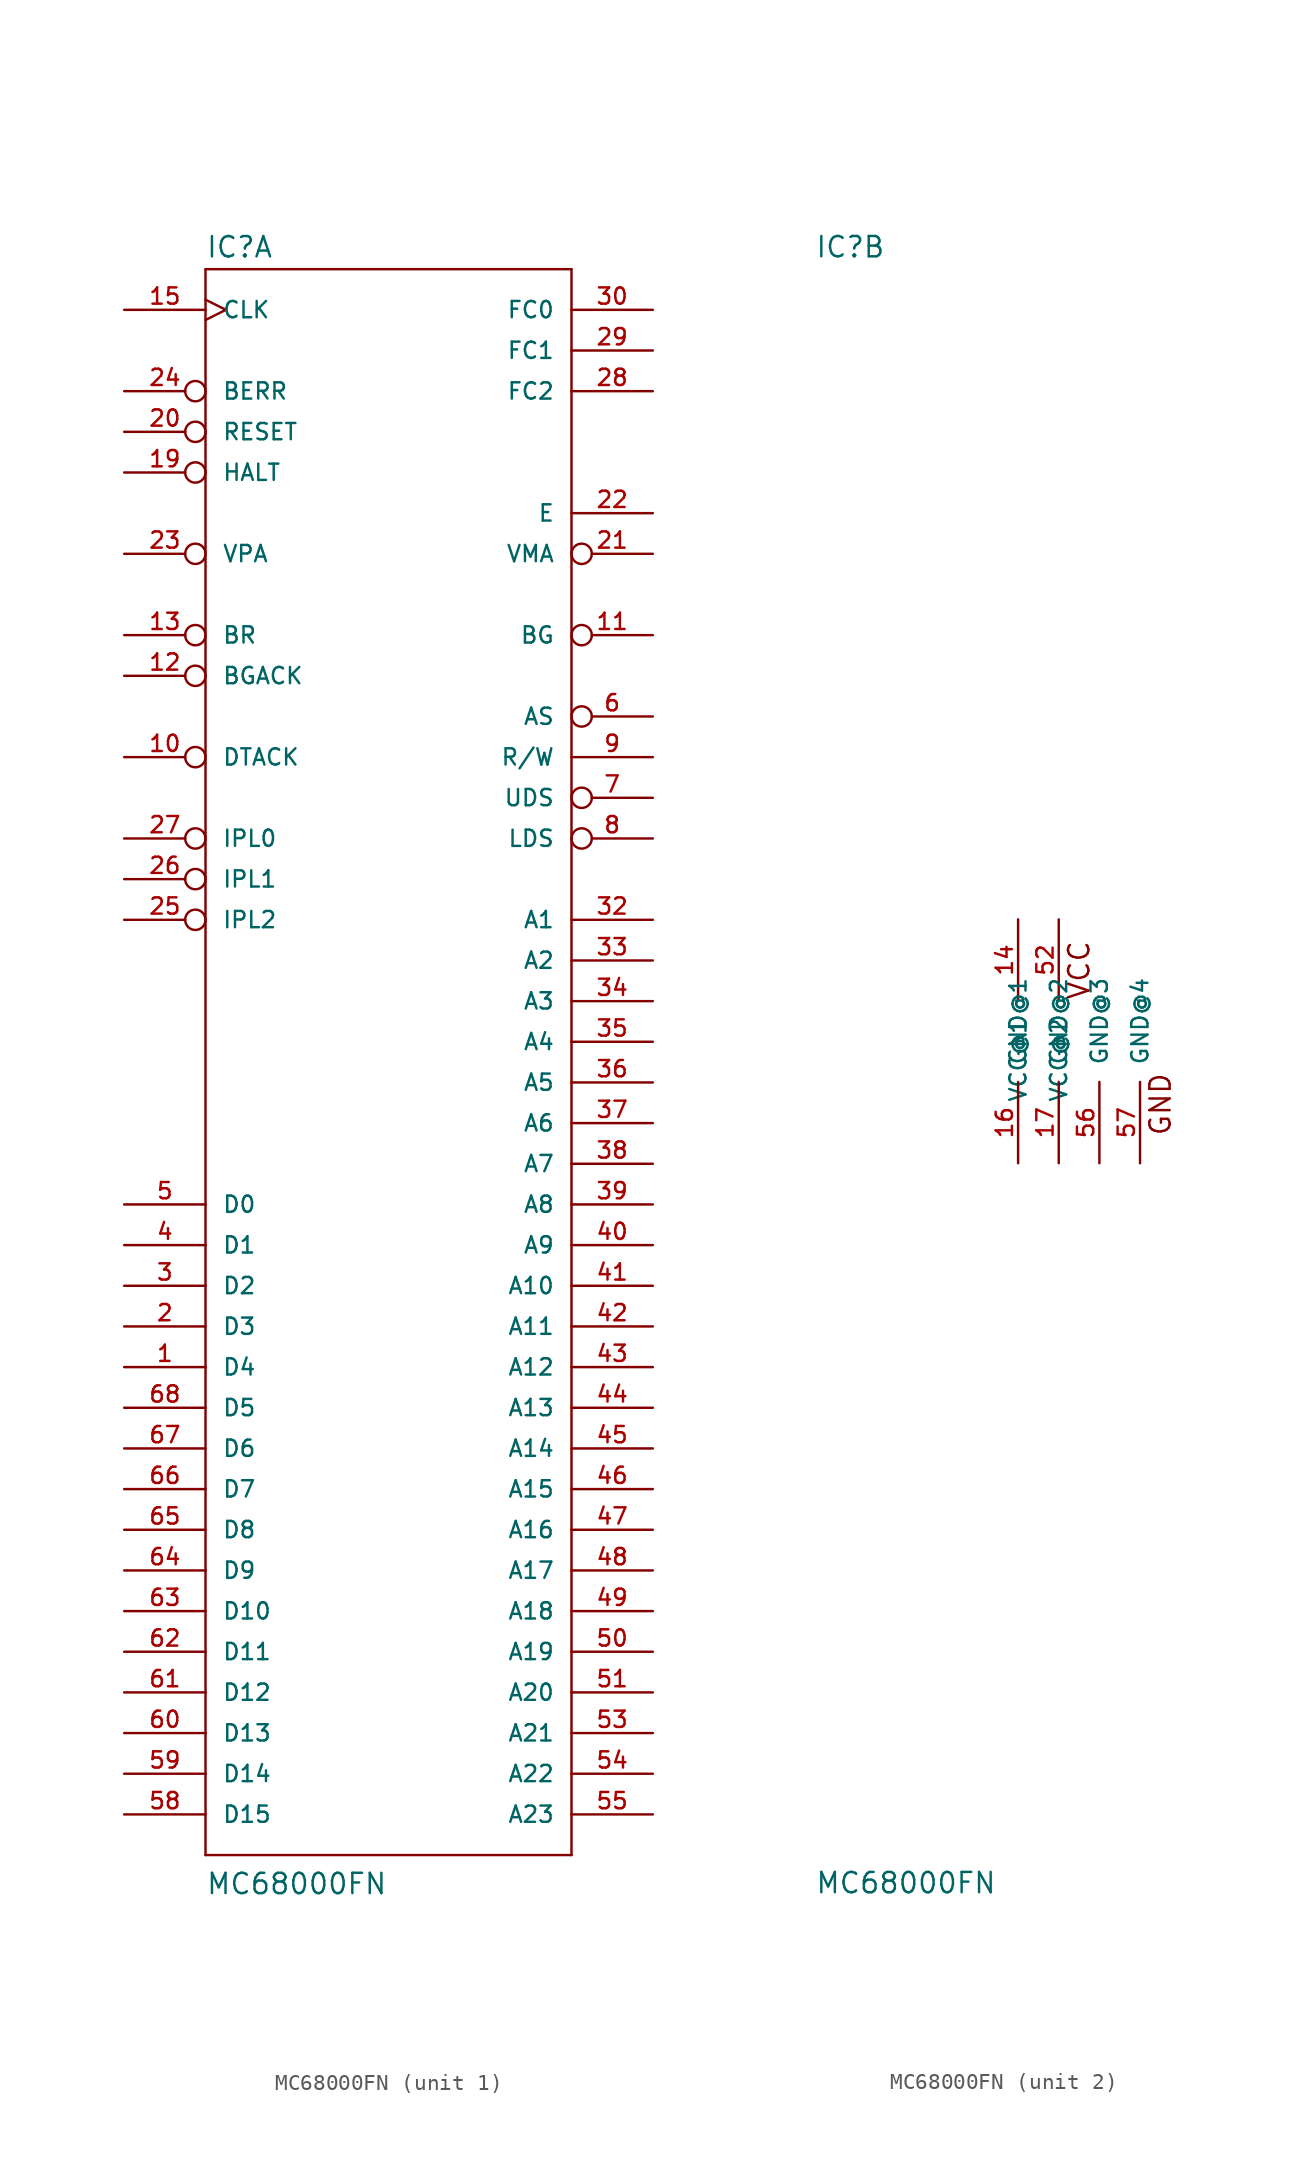
<source format=kicad_sym>
(kicad_symbol_lib
  (version 20220914)
  (generator kicad_symbol_editor)
  (symbol "MC68000FN"
    (pin_names
      (offset 1.016))
    (property "Reference" "IC"
      (at -12.7 48.895 0)
      (effects (font (size 1.27 1.27)) (justify left bottom)))
    (property "Value" "MC68000FN"
      (at -12.7 -53.34 0)
      (effects (font (size 1.27 1.27)) (justify left bottom)))
    (property "Footprint" ""
      (at 0 0 0)
      (effects (font (size 1.524 1.524))))
    (property "Datasheet" ""
      (at 0 0 0)
      (effects (font (size 1.524 1.524))))
    (property "ki_locked" ""
      (at 0 0 0)
      (effects (font (size 1.27 1.27))))
    (symbol "MC68000FN_1_0"
      (polyline (pts (xy -12.7 -50.8) (xy -12.7 48.26)) (stroke (width 0) (type solid)) (fill (type none)))
      (polyline (pts (xy -12.7 -50.8) (xy 10.16 -50.8)) (stroke (width 0) (type solid)) (fill (type none)))
      (polyline (pts (xy 10.16 48.26) (xy -12.7 48.26)) (stroke (width 0) (type solid)) (fill (type none)))
      (polyline (pts (xy 10.16 48.26) (xy 10.16 -50.8)) (stroke (width 0) (type solid)) (fill (type none))))
    (symbol "MC68000FN_1_1"
      (pin bidirectional line (at -17.78 -20.32 0) (length 5.08) (name "D4" (effects (font (size 1.016 1.016)))) (number "1" (effects (font (size 1.016 1.016)))))
      (pin input inverted (at -17.78 17.78 0) (length 5.08) (name "DTACK" (effects (font (size 1.016 1.016)))) (number "10" (effects (font (size 1.016 1.016)))))
      (pin output inverted (at 15.24 25.4 180) (length 5.08) (name "BG" (effects (font (size 1.016 1.016)))) (number "11" (effects (font (size 1.016 1.016)))))
      (pin input inverted (at -17.78 22.86 0) (length 5.08) (name "BGACK" (effects (font (size 1.016 1.016)))) (number "12" (effects (font (size 1.016 1.016)))))
      (pin input inverted (at -17.78 25.4 0) (length 5.08) (name "BR" (effects (font (size 1.016 1.016)))) (number "13" (effects (font (size 1.016 1.016)))))
      (pin input clock (at -17.78 45.72 0) (length 5.08) (name "CLK" (effects (font (size 1.016 1.016)))) (number "15" (effects (font (size 1.016 1.016)))))
      (pin bidirectional inverted (at -17.78 35.56 0) (length 5.08) (name "HALT" (effects (font (size 1.016 1.016)))) (number "19" (effects (font (size 1.016 1.016)))))
      (pin bidirectional line (at -17.78 -17.78 0) (length 5.08) (name "D3" (effects (font (size 1.016 1.016)))) (number "2" (effects (font (size 1.016 1.016)))))
      (pin bidirectional inverted (at -17.78 38.1 0) (length 5.08) (name "RESET" (effects (font (size 1.016 1.016)))) (number "20" (effects (font (size 1.016 1.016)))))
      (pin output inverted (at 15.24 30.48 180) (length 5.08) (name "VMA" (effects (font (size 1.016 1.016)))) (number "21" (effects (font (size 1.016 1.016)))))
      (pin output line (at 15.24 33.02 180) (length 5.08) (name "E" (effects (font (size 1.016 1.016)))) (number "22" (effects (font (size 1.016 1.016)))))
      (pin input inverted (at -17.78 30.48 0) (length 5.08) (name "VPA" (effects (font (size 1.016 1.016)))) (number "23" (effects (font (size 1.016 1.016)))))
      (pin input inverted (at -17.78 40.64 0) (length 5.08) (name "BERR" (effects (font (size 1.016 1.016)))) (number "24" (effects (font (size 1.016 1.016)))))
      (pin input inverted (at -17.78 7.62 0) (length 5.08) (name "IPL2" (effects (font (size 1.016 1.016)))) (number "25" (effects (font (size 1.016 1.016)))))
      (pin input inverted (at -17.78 10.16 0) (length 5.08) (name "IPL1" (effects (font (size 1.016 1.016)))) (number "26" (effects (font (size 1.016 1.016)))))
      (pin input inverted (at -17.78 12.7 0) (length 5.08) (name "IPL0" (effects (font (size 1.016 1.016)))) (number "27" (effects (font (size 1.016 1.016)))))
      (pin output line (at 15.24 40.64 180) (length 5.08) (name "FC2" (effects (font (size 1.016 1.016)))) (number "28" (effects (font (size 1.016 1.016)))))
      (pin output line (at 15.24 43.18 180) (length 5.08) (name "FC1" (effects (font (size 1.016 1.016)))) (number "29" (effects (font (size 1.016 1.016)))))
      (pin bidirectional line (at -17.78 -15.24 0) (length 5.08) (name "D2" (effects (font (size 1.016 1.016)))) (number "3" (effects (font (size 1.016 1.016)))))
      (pin output line (at 15.24 45.72 180) (length 5.08) (name "FC0" (effects (font (size 1.016 1.016)))) (number "30" (effects (font (size 1.016 1.016)))))
      (pin output line (at 15.24 7.62 180) (length 5.08) (name "A1" (effects (font (size 1.016 1.016)))) (number "32" (effects (font (size 1.016 1.016)))))
      (pin output line (at 15.24 5.08 180) (length 5.08) (name "A2" (effects (font (size 1.016 1.016)))) (number "33" (effects (font (size 1.016 1.016)))))
      (pin output line (at 15.24 2.54 180) (length 5.08) (name "A3" (effects (font (size 1.016 1.016)))) (number "34" (effects (font (size 1.016 1.016)))))
      (pin output line (at 15.24 0 180) (length 5.08) (name "A4" (effects (font (size 1.016 1.016)))) (number "35" (effects (font (size 1.016 1.016)))))
      (pin output line (at 15.24 -2.54 180) (length 5.08) (name "A5" (effects (font (size 1.016 1.016)))) (number "36" (effects (font (size 1.016 1.016)))))
      (pin output line (at 15.24 -5.08 180) (length 5.08) (name "A6" (effects (font (size 1.016 1.016)))) (number "37" (effects (font (size 1.016 1.016)))))
      (pin output line (at 15.24 -7.62 180) (length 5.08) (name "A7" (effects (font (size 1.016 1.016)))) (number "38" (effects (font (size 1.016 1.016)))))
      (pin output line (at 15.24 -10.16 180) (length 5.08) (name "A8" (effects (font (size 1.016 1.016)))) (number "39" (effects (font (size 1.016 1.016)))))
      (pin bidirectional line (at -17.78 -12.7 0) (length 5.08) (name "D1" (effects (font (size 1.016 1.016)))) (number "4" (effects (font (size 1.016 1.016)))))
      (pin output line (at 15.24 -12.7 180) (length 5.08) (name "A9" (effects (font (size 1.016 1.016)))) (number "40" (effects (font (size 1.016 1.016)))))
      (pin output line (at 15.24 -15.24 180) (length 5.08) (name "A10" (effects (font (size 1.016 1.016)))) (number "41" (effects (font (size 1.016 1.016)))))
      (pin output line (at 15.24 -17.78 180) (length 5.08) (name "A11" (effects (font (size 1.016 1.016)))) (number "42" (effects (font (size 1.016 1.016)))))
      (pin output line (at 15.24 -20.32 180) (length 5.08) (name "A12" (effects (font (size 1.016 1.016)))) (number "43" (effects (font (size 1.016 1.016)))))
      (pin output line (at 15.24 -22.86 180) (length 5.08) (name "A13" (effects (font (size 1.016 1.016)))) (number "44" (effects (font (size 1.016 1.016)))))
      (pin output line (at 15.24 -25.4 180) (length 5.08) (name "A14" (effects (font (size 1.016 1.016)))) (number "45" (effects (font (size 1.016 1.016)))))
      (pin output line (at 15.24 -27.94 180) (length 5.08) (name "A15" (effects (font (size 1.016 1.016)))) (number "46" (effects (font (size 1.016 1.016)))))
      (pin output line (at 15.24 -30.48 180) (length 5.08) (name "A16" (effects (font (size 1.016 1.016)))) (number "47" (effects (font (size 1.016 1.016)))))
      (pin output line (at 15.24 -33.02 180) (length 5.08) (name "A17" (effects (font (size 1.016 1.016)))) (number "48" (effects (font (size 1.016 1.016)))))
      (pin output line (at 15.24 -35.56 180) (length 5.08) (name "A18" (effects (font (size 1.016 1.016)))) (number "49" (effects (font (size 1.016 1.016)))))
      (pin bidirectional line (at -17.78 -10.16 0) (length 5.08) (name "D0" (effects (font (size 1.016 1.016)))) (number "5" (effects (font (size 1.016 1.016)))))
      (pin output line (at 15.24 -38.1 180) (length 5.08) (name "A19" (effects (font (size 1.016 1.016)))) (number "50" (effects (font (size 1.016 1.016)))))
      (pin output line (at 15.24 -40.64 180) (length 5.08) (name "A20" (effects (font (size 1.016 1.016)))) (number "51" (effects (font (size 1.016 1.016)))))
      (pin output line (at 15.24 -43.18 180) (length 5.08) (name "A21" (effects (font (size 1.016 1.016)))) (number "53" (effects (font (size 1.016 1.016)))))
      (pin output line (at 15.24 -45.72 180) (length 5.08) (name "A22" (effects (font (size 1.016 1.016)))) (number "54" (effects (font (size 1.016 1.016)))))
      (pin output line (at 15.24 -48.26 180) (length 5.08) (name "A23" (effects (font (size 1.016 1.016)))) (number "55" (effects (font (size 1.016 1.016)))))
      (pin bidirectional line (at -17.78 -48.26 0) (length 5.08) (name "D15" (effects (font (size 1.016 1.016)))) (number "58" (effects (font (size 1.016 1.016)))))
      (pin bidirectional line (at -17.78 -45.72 0) (length 5.08) (name "D14" (effects (font (size 1.016 1.016)))) (number "59" (effects (font (size 1.016 1.016)))))
      (pin output inverted (at 15.24 20.32 180) (length 5.08) (name "AS" (effects (font (size 1.016 1.016)))) (number "6" (effects (font (size 1.016 1.016)))))
      (pin bidirectional line (at -17.78 -43.18 0) (length 5.08) (name "D13" (effects (font (size 1.016 1.016)))) (number "60" (effects (font (size 1.016 1.016)))))
      (pin bidirectional line (at -17.78 -40.64 0) (length 5.08) (name "D12" (effects (font (size 1.016 1.016)))) (number "61" (effects (font (size 1.016 1.016)))))
      (pin bidirectional line (at -17.78 -38.1 0) (length 5.08) (name "D11" (effects (font (size 1.016 1.016)))) (number "62" (effects (font (size 1.016 1.016)))))
      (pin bidirectional line (at -17.78 -35.56 0) (length 5.08) (name "D10" (effects (font (size 1.016 1.016)))) (number "63" (effects (font (size 1.016 1.016)))))
      (pin bidirectional line (at -17.78 -33.02 0) (length 5.08) (name "D9" (effects (font (size 1.016 1.016)))) (number "64" (effects (font (size 1.016 1.016)))))
      (pin bidirectional line (at -17.78 -30.48 0) (length 5.08) (name "D8" (effects (font (size 1.016 1.016)))) (number "65" (effects (font (size 1.016 1.016)))))
      (pin bidirectional line (at -17.78 -27.94 0) (length 5.08) (name "D7" (effects (font (size 1.016 1.016)))) (number "66" (effects (font (size 1.016 1.016)))))
      (pin bidirectional line (at -17.78 -25.4 0) (length 5.08) (name "D6" (effects (font (size 1.016 1.016)))) (number "67" (effects (font (size 1.016 1.016)))))
      (pin bidirectional line (at -17.78 -22.86 0) (length 5.08) (name "D5" (effects (font (size 1.016 1.016)))) (number "68" (effects (font (size 1.016 1.016)))))
      (pin output inverted (at 15.24 15.24 180) (length 5.08) (name "UDS" (effects (font (size 1.016 1.016)))) (number "7" (effects (font (size 1.016 1.016)))))
      (pin output inverted (at 15.24 12.7 180) (length 5.08) (name "LDS" (effects (font (size 1.016 1.016)))) (number "8" (effects (font (size 1.016 1.016)))))
      (pin output line (at 15.24 17.78 180) (length 5.08) (name "R/W" (effects (font (size 1.016 1.016)))) (number "9" (effects (font (size 1.016 1.016))))))
    (symbol "MC68000FN_2_0"
      (text "GND" (at 8.89 -3.937 1) (effects (font (size 1.27 1.27))))
      (text "VCC" (at 3.81 4.445 1) (effects (font (size 1.27 1.27)))))
    (symbol "MC68000FN_2_1"
      (pin power_in line (at 0 7.62 270) (length 5.08) (name "VCC@1" (effects (font (size 1.016 1.016)))) (number "14" (effects (font (size 1.016 1.016)))))
      (pin power_in line (at 0 -7.62 90) (length 5.08) (name "GND@1" (effects (font (size 1.016 1.016)))) (number "16" (effects (font (size 1.016 1.016)))))
      (pin power_in line (at 2.54 -7.62 90) (length 5.08) (name "GND@2" (effects (font (size 1.016 1.016)))) (number "17" (effects (font (size 1.016 1.016)))))
      (pin power_in line (at 2.54 7.62 270) (length 5.08) (name "VCC@2" (effects (font (size 1.016 1.016)))) (number "52" (effects (font (size 1.016 1.016)))))
      (pin power_in line (at 5.08 -7.62 90) (length 5.08) (name "GND@3" (effects (font (size 1.016 1.016)))) (number "56" (effects (font (size 1.016 1.016)))))
      (pin power_in line (at 7.62 -7.62 90) (length 5.08) (name "GND@4" (effects (font (size 1.016 1.016)))) (number "57" (effects (font (size 1.016 1.016))))))))
</source>
